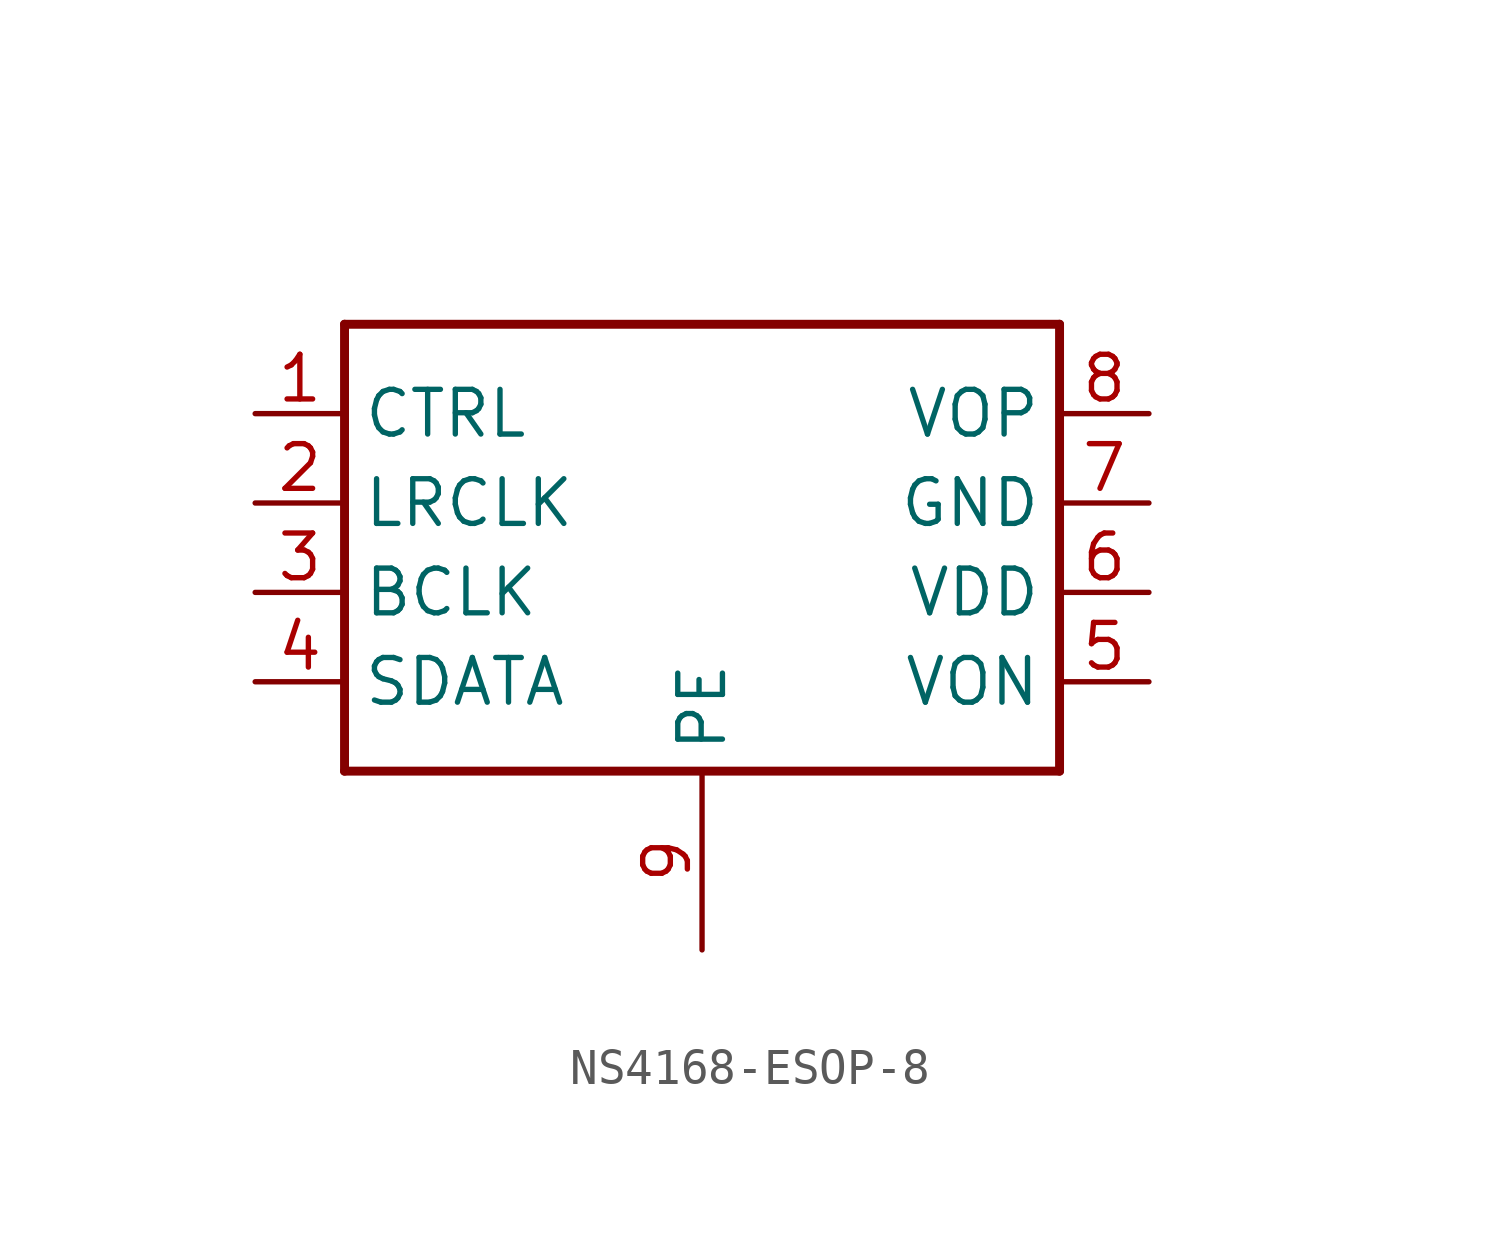
<source format=kicad_sym>
(kicad_symbol_lib
  (version 20231120)
  (generator "kicad_symbol_editor")
  (generator_version "8.0")
  (symbol "NS4168-ESOP-8"
    (property "Reference" ""
      (at 2.54 7.62 0)
      (effects (font (size 1.778 1.511)) (justify left bottom) (hide yes)))
    (property "Value" ""
      (at 15.24 7.62 0)
      (effects (font (size 1.778 1.511)) (justify left bottom)))
    (property "ki_locked" ""
      (at 0 0 0)
      (effects (font (size 1.27 1.27))))
    (symbol "NS4168-ESOP-8_1_0"
      (polyline (pts (xy -10.16 -7.62) (xy -10.16 5.08)) (stroke (width 0.254) (type solid)) (fill (type none)))
      (polyline (pts (xy -10.16 5.08) (xy 10.16 5.08)) (stroke (width 0.254) (type solid)) (fill (type none)))
      (polyline (pts (xy 10.16 -7.62) (xy -10.16 -7.62)) (stroke (width 0.254) (type solid)) (fill (type none)))
      (polyline (pts (xy 10.16 5.08) (xy 10.16 -7.62)) (stroke (width 0.254) (type solid)) (fill (type none)))
      (pin bidirectional line (at -12.7 2.54 0) (length 2.54) (name "CTRL" (effects (font (size 1.27 1.27)))) (number "1" (effects (font (size 1.27 1.27)))))
      (pin bidirectional line (at -12.7 0 0) (length 2.54) (name "LRCLK" (effects (font (size 1.27 1.27)))) (number "2" (effects (font (size 1.27 1.27)))))
      (pin bidirectional line (at -12.7 -2.54 0) (length 2.54) (name "BCLK" (effects (font (size 1.27 1.27)))) (number "3" (effects (font (size 1.27 1.27)))))
      (pin bidirectional line (at -12.7 -5.08 0) (length 2.54) (name "SDATA" (effects (font (size 1.27 1.27)))) (number "4" (effects (font (size 1.27 1.27)))))
      (pin bidirectional line (at 12.7 -5.08 180) (length 2.54) (name "VON" (effects (font (size 1.27 1.27)))) (number "5" (effects (font (size 1.27 1.27)))))
      (pin bidirectional line (at 12.7 -2.54 180) (length 2.54) (name "VDD" (effects (font (size 1.27 1.27)))) (number "6" (effects (font (size 1.27 1.27)))))
      (pin bidirectional line (at 12.7 0 180) (length 2.54) (name "GND" (effects (font (size 1.27 1.27)))) (number "7" (effects (font (size 1.27 1.27)))))
      (pin bidirectional line (at 12.7 2.54 180) (length 2.54) (name "VOP" (effects (font (size 1.27 1.27)))) (number "8" (effects (font (size 1.27 1.27)))))
      (pin bidirectional line (at 0 -12.7 90) (length 5.08) (name "PE" (effects (font (size 1.27 1.27)))) (number "9" (effects (font (size 1.27 1.27))))))))
</source>
